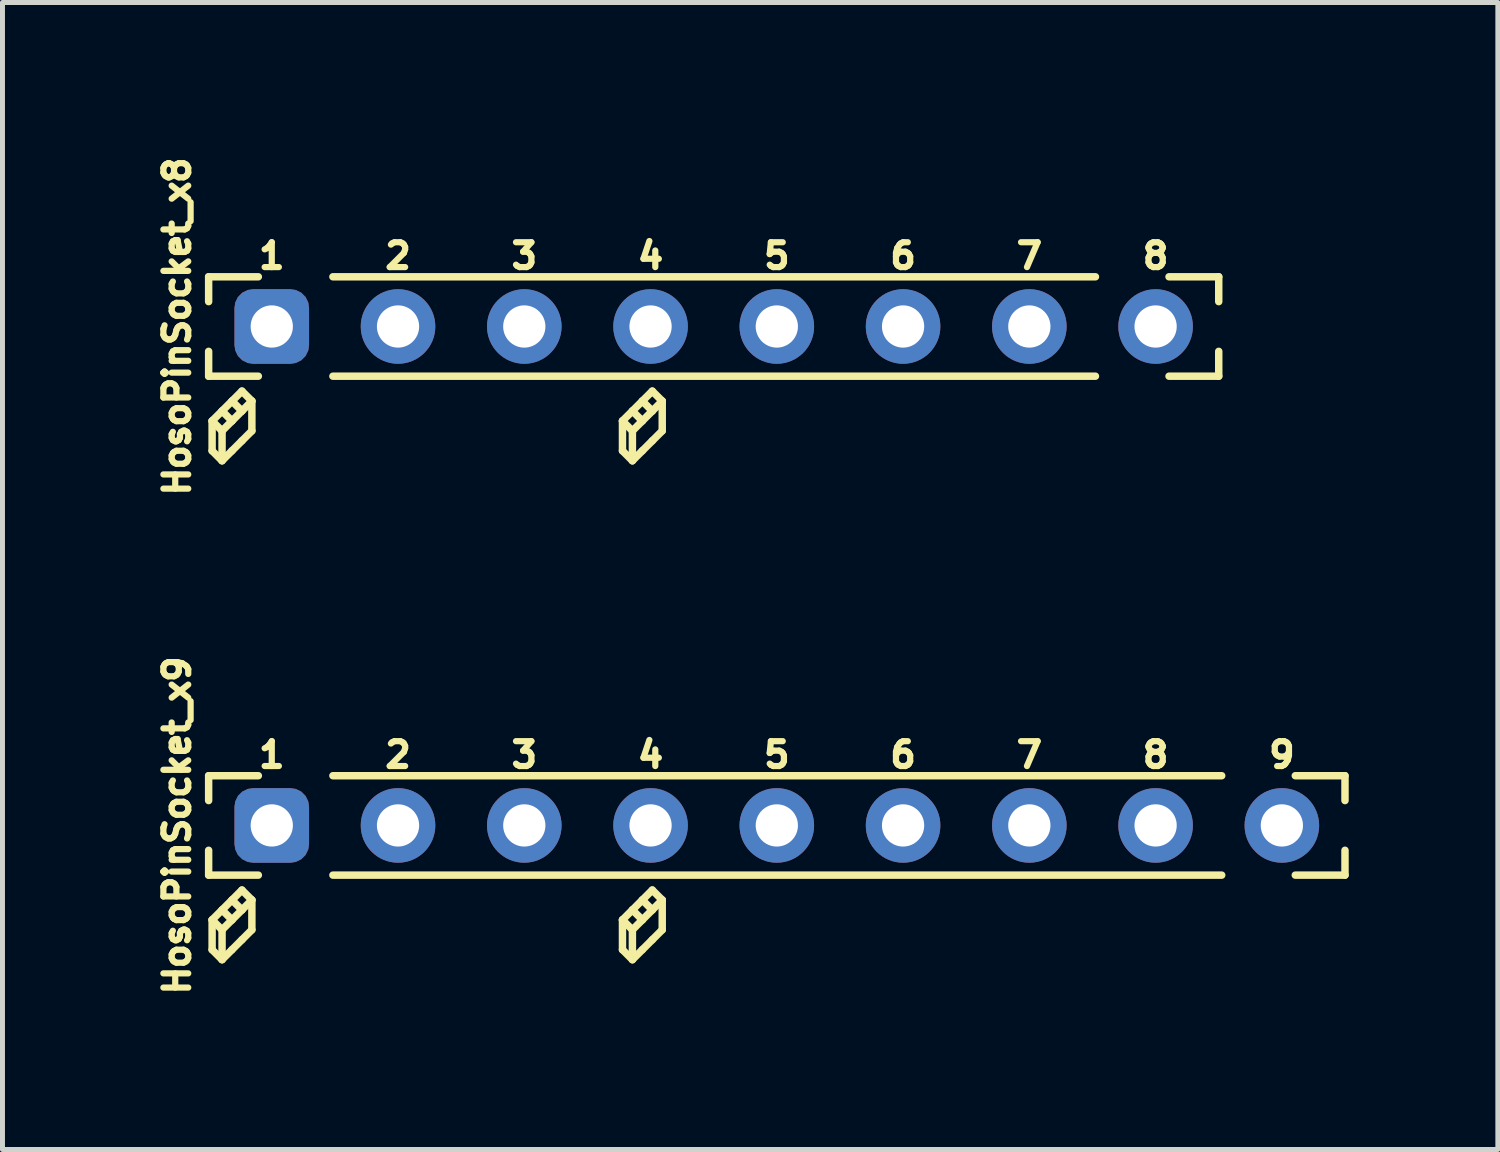
<source format=kicad_pcb>
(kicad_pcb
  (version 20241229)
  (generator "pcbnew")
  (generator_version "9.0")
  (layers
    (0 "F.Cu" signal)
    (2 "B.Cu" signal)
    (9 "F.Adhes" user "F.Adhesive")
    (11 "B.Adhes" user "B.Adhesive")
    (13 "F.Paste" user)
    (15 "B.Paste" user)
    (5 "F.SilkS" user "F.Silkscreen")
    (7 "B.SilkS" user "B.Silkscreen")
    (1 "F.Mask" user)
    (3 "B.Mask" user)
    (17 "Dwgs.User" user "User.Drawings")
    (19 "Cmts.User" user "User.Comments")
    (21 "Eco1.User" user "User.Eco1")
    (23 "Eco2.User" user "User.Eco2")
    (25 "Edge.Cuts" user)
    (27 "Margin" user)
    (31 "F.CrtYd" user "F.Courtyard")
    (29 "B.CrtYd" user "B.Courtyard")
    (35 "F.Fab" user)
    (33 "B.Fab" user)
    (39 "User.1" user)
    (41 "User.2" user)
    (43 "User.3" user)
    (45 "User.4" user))
  (footprint "HosoPinSocket_x8"
    (layer "F.Cu")
    (at 2.417 3.518)
    (property "Reference" "HosoPinSocket_x8" (at -1.905 0 90) (layer "F.SilkS") (effects (font (size 0.5 0.5) (thickness 0.125))))
    (attr through_hole)
    (fp_line (start -1.27 -1) (end -1.27 -0.5) (stroke (width 0.15) (type solid)) (layer "F.SilkS"))
    (fp_line (start -1.27 -1) (end -0.27 -1) (stroke (width 0.15) (type solid)) (layer "F.SilkS"))
    (fp_line (start -1.27 1) (end -1.27 0.5) (stroke (width 0.15) (type solid)) (layer "F.SilkS"))
    (fp_line (start -1.27 1) (end -0.27 1) (stroke (width 0.15) (type solid)) (layer "F.SilkS"))
    (fp_line (start -1.2 1.9) (end -1.2 2.5) (stroke (width 0.15) (type solid)) (layer "F.SilkS"))
    (fp_line (start -1.2 1.9) (end -1 1.7) (stroke (width 0.15) (type solid)) (layer "F.SilkS"))
    (fp_line (start -1.2 2.5) (end -1 2.7) (stroke (width 0.15) (type solid)) (layer "F.SilkS"))
    (fp_line (start -1 1.7) (end -0.8 1.5) (stroke (width 0.15) (type solid)) (layer "F.SilkS"))
    (fp_line (start -1 1.7) (end -0.8 1.9) (stroke (width 0.15) (type solid)) (layer "F.SilkS"))
    (fp_line (start -1 2.1) (end -1.2 1.9) (stroke (width 0.15) (type solid)) (layer "F.SilkS"))
    (fp_line (start -1 2.1) (end -1 2.7) (stroke (width 0.15) (type solid)) (layer "F.SilkS"))
    (fp_line (start -1 2.7) (end -0.8 2.5) (stroke (width 0.15) (type solid)) (layer "F.SilkS"))
    (fp_line (start -0.8 1.5) (end -0.6 1.3) (stroke (width 0.15) (type solid)) (layer "F.SilkS"))
    (fp_line (start -0.8 1.5) (end -0.6 1.7) (stroke (width 0.15) (type solid)) (layer "F.SilkS"))
    (fp_line (start -0.8 1.9) (end -1 2.1) (stroke (width 0.15) (type solid)) (layer "F.SilkS"))
    (fp_line (start -0.6 1.3) (end -0.4 1.5) (stroke (width 0.15) (type solid)) (layer "F.SilkS"))
    (fp_line (start -0.6 1.7) (end -0.8 1.9) (stroke (width 0.15) (type solid)) (layer "F.SilkS"))
    (fp_line (start -0.6 2.3) (end -0.8 2.5) (stroke (width 0.15) (type solid)) (layer "F.SilkS"))
    (fp_line (start -0.4 1.5) (end -0.6 1.7) (stroke (width 0.15) (type solid)) (layer "F.SilkS"))
    (fp_line (start -0.4 1.5) (end -0.4 2.1) (stroke (width 0.15) (type solid)) (layer "F.SilkS"))
    (fp_line (start -0.4 2.1) (end -0.6 2.3) (stroke (width 0.15) (type solid)) (layer "F.SilkS"))
    (fp_line (start 1.23 -1) (end 16.57 -1) (stroke (width 0.15) (type solid)) (layer "F.SilkS"))
    (fp_line (start 7.055 1.9) (end 7.055 2.5) (stroke (width 0.15) (type solid)) (layer "F.SilkS"))
    (fp_line (start 7.055 1.9) (end 7.255 1.7) (stroke (width 0.15) (type solid)) (layer "F.SilkS"))
    (fp_line (start 7.055 2.5) (end 7.255 2.7) (stroke (width 0.15) (type solid)) (layer "F.SilkS"))
    (fp_line (start 7.255 1.7) (end 7.455 1.5) (stroke (width 0.15) (type solid)) (layer "F.SilkS"))
    (fp_line (start 7.255 1.7) (end 7.455 1.9) (stroke (width 0.15) (type solid)) (layer "F.SilkS"))
    (fp_line (start 7.255 2.1) (end 7.055 1.9) (stroke (width 0.15) (type solid)) (layer "F.SilkS"))
    (fp_line (start 7.255 2.1) (end 7.255 2.7) (stroke (width 0.15) (type solid)) (layer "F.SilkS"))
    (fp_line (start 7.255 2.7) (end 7.455 2.5) (stroke (width 0.15) (type solid)) (layer "F.SilkS"))
    (fp_line (start 7.455 1.5) (end 7.655 1.3) (stroke (width 0.15) (type solid)) (layer "F.SilkS"))
    (fp_line (start 7.455 1.5) (end 7.655 1.7) (stroke (width 0.15) (type solid)) (layer "F.SilkS"))
    (fp_line (start 7.455 1.9) (end 7.255 2.1) (stroke (width 0.15) (type solid)) (layer "F.SilkS"))
    (fp_line (start 7.655 1.3) (end 7.855 1.5) (stroke (width 0.15) (type solid)) (layer "F.SilkS"))
    (fp_line (start 7.655 1.7) (end 7.455 1.9) (stroke (width 0.15) (type solid)) (layer "F.SilkS"))
    (fp_line (start 7.655 2.3) (end 7.455 2.5) (stroke (width 0.15) (type solid)) (layer "F.SilkS"))
    (fp_line (start 7.855 1.5) (end 7.655 1.7) (stroke (width 0.15) (type solid)) (layer "F.SilkS"))
    (fp_line (start 7.855 1.5) (end 7.855 2.1) (stroke (width 0.15) (type solid)) (layer "F.SilkS"))
    (fp_line (start 7.855 2.1) (end 7.655 2.3) (stroke (width 0.15) (type solid)) (layer "F.SilkS"))
    (fp_line (start 16.57 1) (end 1.23 1) (stroke (width 0.15) (type solid)) (layer "F.SilkS"))
    (fp_line (start 19.05 -1) (end 18.05 -1) (stroke (width 0.15) (type solid)) (layer "F.SilkS"))
    (fp_line (start 19.05 -0.5) (end 19.05 -1) (stroke (width 0.15) (type solid)) (layer "F.SilkS"))
    (fp_line (start 19.05 1) (end 18.05 1) (stroke (width 0.15) (type solid)) (layer "F.SilkS"))
    (fp_line (start 19.05 1) (end 19.05 0.5) (stroke (width 0.15) (type solid)) (layer "F.SilkS"))
    (fp_text user "6" (at 12.7 -1.42 0) (layer "F.SilkS") (effects (font (size 0.5 0.5) (thickness 0.125))))
    (fp_text user "2" (at 2.54 -1.42 0) (layer "F.SilkS") (effects (font (size 0.5 0.5) (thickness 0.125))))
    (fp_text user "8" (at 17.78 -1.42 0) (layer "F.SilkS") (effects (font (size 0.5 0.5) (thickness 0.125))))
    (fp_text user "1" (at 0 -1.42 0) (layer "F.SilkS") (effects (font (size 0.5 0.5) (thickness 0.125))))
    (fp_text user "4" (at 7.62 -1.42 0) (layer "F.SilkS") (effects (font (size 0.5 0.5) (thickness 0.125))))
    (fp_text user "5" (at 10.16 -1.42 0) (layer "F.SilkS") (effects (font (size 0.5 0.5) (thickness 0.125))))
    (fp_text user "3" (at 5.08 -1.42 0) (layer "F.SilkS") (effects (font (size 0.5 0.5) (thickness 0.125))))
    (fp_text user "7" (at 15.24 -1.42 0) (layer "F.SilkS") (effects (font (size 0.5 0.5) (thickness 0.125))))
    (pad "1" thru_hole roundrect (at 0 0 90) (size 1.5 1.5) (drill 0.85) (layers "*.Cu" "*.Mask") (roundrect_rratio 0.25))
    (pad "2" thru_hole circle (at 2.54 0) (size 1.5 1.5) (drill 0.85) (layers "*.Cu" "*.Mask"))
    (pad "3" thru_hole circle (at 5.08 0) (size 1.5 1.5) (drill 0.85) (layers "*.Cu" "*.Mask"))
    (pad "4" thru_hole circle (at 7.62 0) (size 1.5 1.5) (drill 0.85) (layers "*.Cu" "*.Mask"))
    (pad "5" thru_hole circle (at 10.16 0) (size 1.5 1.5) (drill 0.85) (layers "*.Cu" "*.Mask"))
    (pad "6" thru_hole circle (at 12.7 0) (size 1.5 1.5) (drill 0.85) (layers "*.Cu" "*.Mask"))
    (pad "7" thru_hole circle (at 15.24 0) (size 1.5 1.5) (drill 0.85) (layers "*.Cu" "*.Mask"))
    (pad "8" thru_hole circle (at 17.78 0) (size 1.5 1.5) (drill 0.85) (layers "*.Cu" "*.Mask")))
  (footprint "HosoPinSocket_x9"
    (layer "F.Cu")
    (at 2.417 13.555)
    (property "Reference" "HosoPinSocket_x9" (at -1.905 0 90) (layer "F.SilkS") (effects (font (size 0.5 0.5) (thickness 0.125))))
    (attr through_hole)
    (fp_line (start -1.27 -1) (end -1.27 -0.5) (stroke (width 0.15) (type solid)) (layer "F.SilkS"))
    (fp_line (start -1.27 -1) (end -0.27 -1) (stroke (width 0.15) (type solid)) (layer "F.SilkS"))
    (fp_line (start -1.27 1) (end -1.27 0.5) (stroke (width 0.15) (type solid)) (layer "F.SilkS"))
    (fp_line (start -1.27 1) (end -0.27 1) (stroke (width 0.15) (type solid)) (layer "F.SilkS"))
    (fp_line (start -1.2 1.9) (end -1.2 2.5) (stroke (width 0.15) (type solid)) (layer "F.SilkS"))
    (fp_line (start -1.2 1.9) (end -1 1.7) (stroke (width 0.15) (type solid)) (layer "F.SilkS"))
    (fp_line (start -1.2 2.5) (end -1 2.7) (stroke (width 0.15) (type solid)) (layer "F.SilkS"))
    (fp_line (start -1 1.7) (end -0.8 1.5) (stroke (width 0.15) (type solid)) (layer "F.SilkS"))
    (fp_line (start -1 1.7) (end -0.8 1.9) (stroke (width 0.15) (type solid)) (layer "F.SilkS"))
    (fp_line (start -1 2.1) (end -1.2 1.9) (stroke (width 0.15) (type solid)) (layer "F.SilkS"))
    (fp_line (start -1 2.1) (end -1 2.7) (stroke (width 0.15) (type solid)) (layer "F.SilkS"))
    (fp_line (start -1 2.7) (end -0.8 2.5) (stroke (width 0.15) (type solid)) (layer "F.SilkS"))
    (fp_line (start -0.8 1.5) (end -0.6 1.3) (stroke (width 0.15) (type solid)) (layer "F.SilkS"))
    (fp_line (start -0.8 1.5) (end -0.6 1.7) (stroke (width 0.15) (type solid)) (layer "F.SilkS"))
    (fp_line (start -0.8 1.9) (end -1 2.1) (stroke (width 0.15) (type solid)) (layer "F.SilkS"))
    (fp_line (start -0.6 1.3) (end -0.4 1.5) (stroke (width 0.15) (type solid)) (layer "F.SilkS"))
    (fp_line (start -0.6 1.7) (end -0.8 1.9) (stroke (width 0.15) (type solid)) (layer "F.SilkS"))
    (fp_line (start -0.6 2.3) (end -0.8 2.5) (stroke (width 0.15) (type solid)) (layer "F.SilkS"))
    (fp_line (start -0.4 1.5) (end -0.6 1.7) (stroke (width 0.15) (type solid)) (layer "F.SilkS"))
    (fp_line (start -0.4 1.5) (end -0.4 2.1) (stroke (width 0.15) (type solid)) (layer "F.SilkS"))
    (fp_line (start -0.4 2.1) (end -0.6 2.3) (stroke (width 0.15) (type solid)) (layer "F.SilkS"))
    (fp_line (start 1.23 -1) (end 19.11 -1) (stroke (width 0.15) (type solid)) (layer "F.SilkS"))
    (fp_line (start 7.055 1.9) (end 7.055 2.5) (stroke (width 0.15) (type solid)) (layer "F.SilkS"))
    (fp_line (start 7.055 1.9) (end 7.255 1.7) (stroke (width 0.15) (type solid)) (layer "F.SilkS"))
    (fp_line (start 7.055 2.5) (end 7.255 2.7) (stroke (width 0.15) (type solid)) (layer "F.SilkS"))
    (fp_line (start 7.255 1.7) (end 7.455 1.5) (stroke (width 0.15) (type solid)) (layer "F.SilkS"))
    (fp_line (start 7.255 1.7) (end 7.455 1.9) (stroke (width 0.15) (type solid)) (layer "F.SilkS"))
    (fp_line (start 7.255 2.1) (end 7.055 1.9) (stroke (width 0.15) (type solid)) (layer "F.SilkS"))
    (fp_line (start 7.255 2.1) (end 7.255 2.7) (stroke (width 0.15) (type solid)) (layer "F.SilkS"))
    (fp_line (start 7.255 2.7) (end 7.455 2.5) (stroke (width 0.15) (type solid)) (layer "F.SilkS"))
    (fp_line (start 7.455 1.5) (end 7.655 1.3) (stroke (width 0.15) (type solid)) (layer "F.SilkS"))
    (fp_line (start 7.455 1.5) (end 7.655 1.7) (stroke (width 0.15) (type solid)) (layer "F.SilkS"))
    (fp_line (start 7.455 1.9) (end 7.255 2.1) (stroke (width 0.15) (type solid)) (layer "F.SilkS"))
    (fp_line (start 7.655 1.3) (end 7.855 1.5) (stroke (width 0.15) (type solid)) (layer "F.SilkS"))
    (fp_line (start 7.655 1.7) (end 7.455 1.9) (stroke (width 0.15) (type solid)) (layer "F.SilkS"))
    (fp_line (start 7.655 2.3) (end 7.455 2.5) (stroke (width 0.15) (type solid)) (layer "F.SilkS"))
    (fp_line (start 7.855 1.5) (end 7.655 1.7) (stroke (width 0.15) (type solid)) (layer "F.SilkS"))
    (fp_line (start 7.855 1.5) (end 7.855 2.1) (stroke (width 0.15) (type solid)) (layer "F.SilkS"))
    (fp_line (start 7.855 2.1) (end 7.655 2.3) (stroke (width 0.15) (type solid)) (layer "F.SilkS"))
    (fp_line (start 19.11 1) (end 1.23 1) (stroke (width 0.15) (type solid)) (layer "F.SilkS"))
    (fp_line (start 21.59 -1) (end 20.59 -1) (stroke (width 0.15) (type solid)) (layer "F.SilkS"))
    (fp_line (start 21.59 -0.5) (end 21.59 -1) (stroke (width 0.15) (type solid)) (layer "F.SilkS"))
    (fp_line (start 21.59 1) (end 20.59 1) (stroke (width 0.15) (type solid)) (layer "F.SilkS"))
    (fp_line (start 21.59 1) (end 21.59 0.5) (stroke (width 0.15) (type solid)) (layer "F.SilkS"))
    (fp_text user "4" (at 7.62 -1.42 0) (layer "F.SilkS") (effects (font (size 0.5 0.5) (thickness 0.125))))
    (fp_text user "1" (at 0 -1.42 0) (layer "F.SilkS") (effects (font (size 0.5 0.5) (thickness 0.125))))
    (fp_text user "7" (at 15.24 -1.42 0) (layer "F.SilkS") (effects (font (size 0.5 0.5) (thickness 0.125))))
    (fp_text user "3" (at 5.08 -1.42 0) (layer "F.SilkS") (effects (font (size 0.5 0.5) (thickness 0.125))))
    (fp_text user "9" (at 20.32 -1.42 0) (layer "F.SilkS") (effects (font (size 0.5 0.5) (thickness 0.125))))
    (fp_text user "6" (at 12.7 -1.42 0) (layer "F.SilkS") (effects (font (size 0.5 0.5) (thickness 0.125))))
    (fp_text user "8" (at 17.78 -1.42 0) (layer "F.SilkS") (effects (font (size 0.5 0.5) (thickness 0.125))))
    (fp_text user "2" (at 2.54 -1.42 0) (layer "F.SilkS") (effects (font (size 0.5 0.5) (thickness 0.125))))
    (fp_text user "5" (at 10.16 -1.42 0) (layer "F.SilkS") (effects (font (size 0.5 0.5) (thickness 0.125))))
    (pad "1" thru_hole roundrect (at 0 0 90) (size 1.5 1.5) (drill 0.85) (layers "*.Cu" "*.Mask") (roundrect_rratio 0.25))
    (pad "2" thru_hole circle (at 2.54 0) (size 1.5 1.5) (drill 0.85) (layers "*.Cu" "*.Mask"))
    (pad "3" thru_hole circle (at 5.08 0) (size 1.5 1.5) (drill 0.85) (layers "*.Cu" "*.Mask"))
    (pad "4" thru_hole circle (at 7.62 0) (size 1.5 1.5) (drill 0.85) (layers "*.Cu" "*.Mask"))
    (pad "5" thru_hole circle (at 10.16 0) (size 1.5 1.5) (drill 0.85) (layers "*.Cu" "*.Mask"))
    (pad "6" thru_hole circle (at 12.7 0) (size 1.5 1.5) (drill 0.85) (layers "*.Cu" "*.Mask"))
    (pad "7" thru_hole circle (at 15.24 0) (size 1.5 1.5) (drill 0.85) (layers "*.Cu" "*.Mask"))
    (pad "8" thru_hole circle (at 17.78 0) (size 1.5 1.5) (drill 0.85) (layers "*.Cu" "*.Mask"))
    (pad "9" thru_hole circle (at 20.32 0) (size 1.5 1.5) (drill 0.85) (layers "*.Cu" "*.Mask")))
  (gr_rect
    (start -3 -3)
    (end 27.082 20.074)
    (stroke (width 0.1) (type default))
    (fill no)
    (layer "Edge.Cuts")))
</source>
